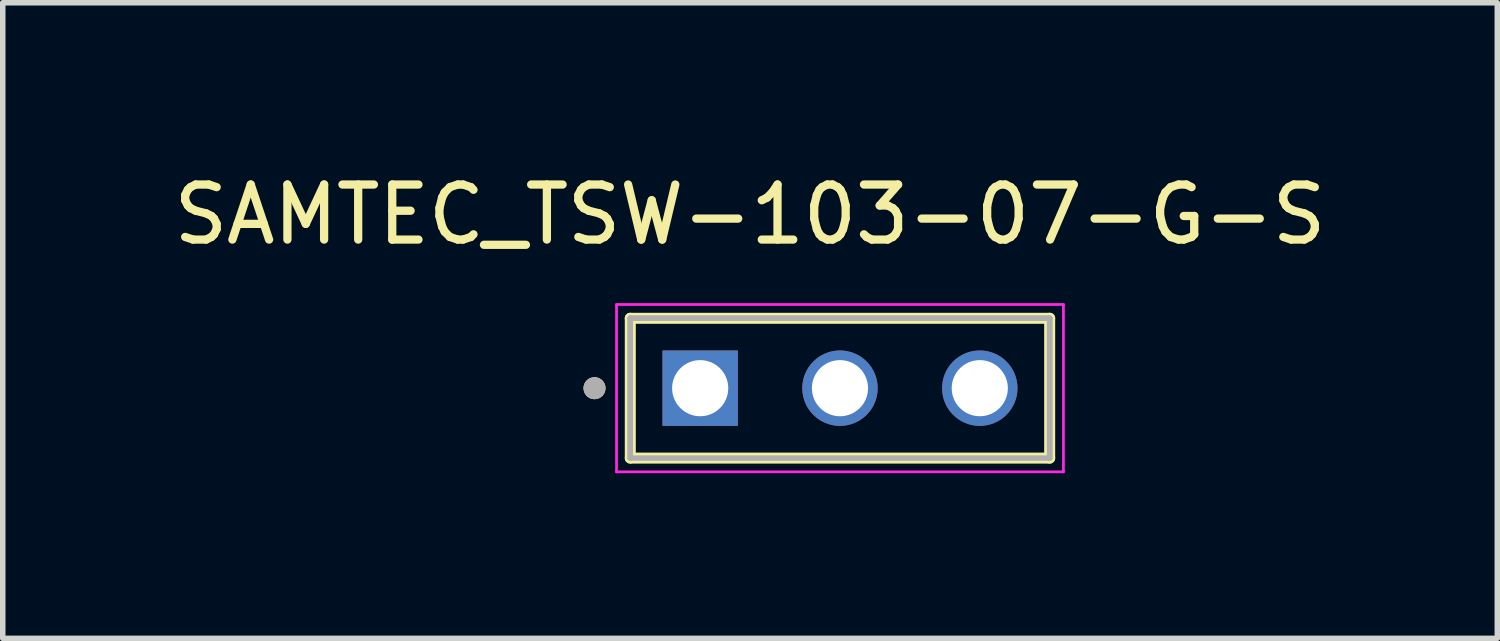
<source format=kicad_pcb>
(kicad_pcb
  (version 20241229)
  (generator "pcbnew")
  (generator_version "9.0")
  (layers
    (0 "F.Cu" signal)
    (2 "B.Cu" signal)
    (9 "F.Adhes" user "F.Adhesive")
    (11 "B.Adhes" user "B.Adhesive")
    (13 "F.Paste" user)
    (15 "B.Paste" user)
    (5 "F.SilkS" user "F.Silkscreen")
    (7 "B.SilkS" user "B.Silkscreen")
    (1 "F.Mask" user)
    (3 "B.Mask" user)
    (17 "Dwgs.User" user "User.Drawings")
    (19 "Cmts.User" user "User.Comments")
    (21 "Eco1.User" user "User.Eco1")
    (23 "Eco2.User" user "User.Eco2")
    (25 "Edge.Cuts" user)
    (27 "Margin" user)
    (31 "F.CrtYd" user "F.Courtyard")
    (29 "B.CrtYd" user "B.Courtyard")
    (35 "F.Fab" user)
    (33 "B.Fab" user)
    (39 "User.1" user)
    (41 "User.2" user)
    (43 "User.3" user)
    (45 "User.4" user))
  (footprint "SAMTEC_TSW-103-07-G-S"
    (layer "F.Cu")
    (at 12.212 4.003)
    (property "Reference" "SAMTEC_TSW-103-07-G-S" (at -1.635 -3.155 0) (layer "F.SilkS") (effects (font (size 1 1) (thickness 0.15))))
    (attr through_hole)
    (fp_line (start -3.81 1.27) (end -3.81 -1.27) (stroke (width 0.2) (type solid)) (layer "F.SilkS"))
    (fp_line (start 3.81 -1.27) (end -3.81 -1.27) (stroke (width 0.2) (type solid)) (layer "F.SilkS"))
    (fp_line (start 3.81 -1.27) (end 3.81 1.27) (stroke (width 0.2) (type solid)) (layer "F.SilkS"))
    (fp_line (start 3.81 1.27) (end -3.81 1.27) (stroke (width 0.2) (type solid)) (layer "F.SilkS"))
    (fp_circle (center -4.46 0) (end -4.36 0) (stroke (width 0.2) (type solid)) (fill no) (layer "F.SilkS"))
    (fp_line (start -4.06 -1.52) (end 4.06 -1.52) (stroke (width 0.05) (type solid)) (layer "F.CrtYd"))
    (fp_line (start -4.06 1.52) (end -4.06 -1.52) (stroke (width 0.05) (type solid)) (layer "F.CrtYd"))
    (fp_line (start 4.06 -1.52) (end 4.06 1.52) (stroke (width 0.05) (type solid)) (layer "F.CrtYd"))
    (fp_line (start 4.06 1.52) (end -4.06 1.52) (stroke (width 0.05) (type solid)) (layer "F.CrtYd"))
    (fp_line (start -3.81 -1.27) (end 3.81 -1.27) (stroke (width 0.1) (type solid)) (layer "F.Fab"))
    (fp_line (start -3.81 -1.27) (end 3.81 -1.27) (stroke (width 0.1) (type solid)) (layer "F.Fab"))
    (fp_line (start -3.81 1.27) (end -3.81 -1.27) (stroke (width 0.1) (type solid)) (layer "F.Fab"))
    (fp_line (start -3.81 1.27) (end -3.81 -1.27) (stroke (width 0.1) (type solid)) (layer "F.Fab"))
    (fp_line (start 3.81 -1.27) (end 3.81 1.27) (stroke (width 0.1) (type solid)) (layer "F.Fab"))
    (fp_line (start 3.81 -1.27) (end 3.81 1.27) (stroke (width 0.1) (type solid)) (layer "F.Fab"))
    (fp_line (start 3.81 1.27) (end -3.81 1.27) (stroke (width 0.1) (type solid)) (layer "F.Fab"))
    (fp_circle (center -4.46 0) (end -4.36 0) (stroke (width 0.2) (type solid)) (fill no) (layer "F.Fab"))
    (pad "01" thru_hole rect (at -2.54 0) (size 1.37 1.37) (drill 1.02) (layers "*.Cu" "*.Mask"))
    (pad "02" thru_hole circle (at 0 0) (size 1.37 1.37) (drill 1.02) (layers "*.Cu" "*.Mask"))
    (pad "03" thru_hole circle (at 2.54 0) (size 1.37 1.37) (drill 1.02) (layers "*.Cu" "*.Mask")))
  (gr_rect
    (start -3 -3)
    (end 24.155 8.548)
    (stroke (width 0.1) (type default))
    (fill no)
    (layer "Edge.Cuts")))
</source>
